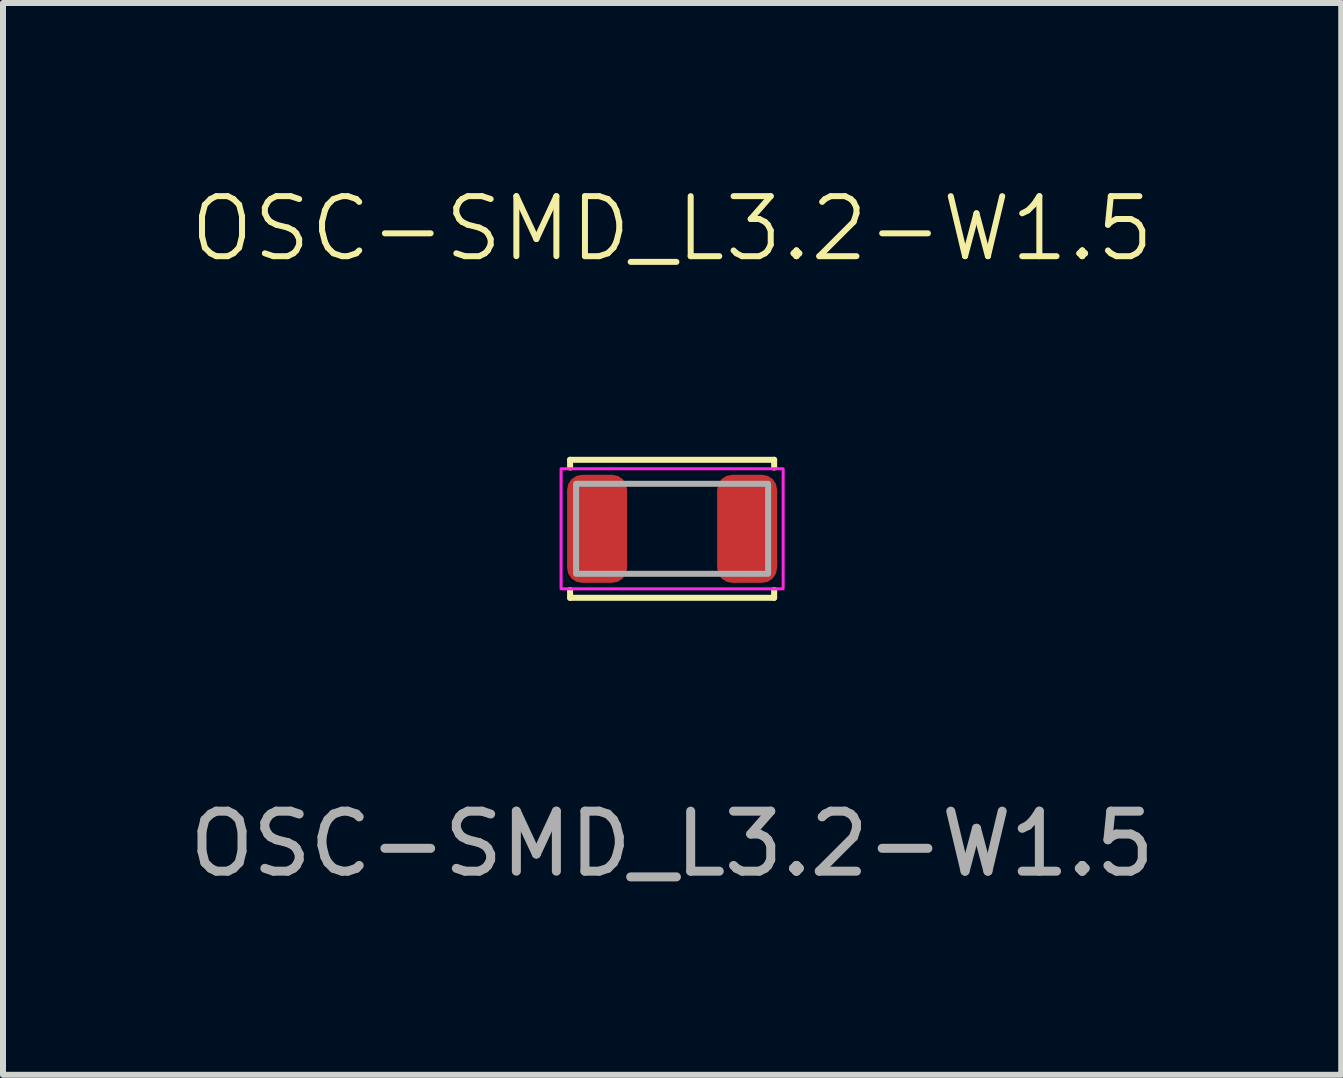
<source format=kicad_pcb>
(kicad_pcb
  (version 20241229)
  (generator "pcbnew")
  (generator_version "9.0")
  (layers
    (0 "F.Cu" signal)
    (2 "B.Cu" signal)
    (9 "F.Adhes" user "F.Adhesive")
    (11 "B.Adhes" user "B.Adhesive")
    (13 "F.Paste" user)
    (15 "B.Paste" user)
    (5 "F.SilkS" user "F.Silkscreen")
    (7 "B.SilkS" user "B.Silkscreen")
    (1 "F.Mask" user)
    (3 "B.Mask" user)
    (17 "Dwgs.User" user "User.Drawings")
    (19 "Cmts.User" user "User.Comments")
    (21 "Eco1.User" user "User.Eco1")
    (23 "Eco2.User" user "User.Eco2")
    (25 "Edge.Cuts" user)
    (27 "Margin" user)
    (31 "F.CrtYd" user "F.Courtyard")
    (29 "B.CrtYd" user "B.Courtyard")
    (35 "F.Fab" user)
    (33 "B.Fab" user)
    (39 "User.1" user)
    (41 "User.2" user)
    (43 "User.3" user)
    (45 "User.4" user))
  (footprint "OSC-SMD_L3.2-W1.5"
    (layer "F.Cu")
    (at 8.149 5.761)
    (property "Reference" "OSC-SMD_L3.2-W1.5" (at 0 -5 0) (unlocked yes) (layer "F.SilkS") (effects (font (size 1 1) (thickness 0.1))))
    (attr smd)
    (fp_line (start -1.7 -1.15) (end -1.7 -1.02) (stroke (width 0.1) (type default)) (layer "F.SilkS"))
    (fp_line (start -1.7 -1.15) (end 1.7 -1.15) (stroke (width 0.1) (type default)) (layer "F.SilkS"))
    (fp_line (start -1.7 1.15) (end -1.7 1.02) (stroke (width 0.1) (type default)) (layer "F.SilkS"))
    (fp_line (start -1.7 1.15) (end 1.7 1.15) (stroke (width 0.1) (type default)) (layer "F.SilkS"))
    (fp_line (start 1.7 -1.15) (end 1.7 -1.02) (stroke (width 0.1) (type default)) (layer "F.SilkS"))
    (fp_line (start 1.7 1.15) (end 1.7 1.02) (stroke (width 0.1) (type default)) (layer "F.SilkS"))
    (fp_rect (start -1.85 -1) (end 1.85 1) (stroke (width 0.05) (type default)) (fill no) (layer "F.CrtYd"))
    (fp_rect (start -1.6 -0.75) (end 1.6 0.75) (stroke (width 0.1) (type default)) (fill no) (layer "F.Fab"))
    (fp_text user "${REFERENCE}" (at 0 5.25 0) (unlocked yes) (layer "F.Fab") (effects (font (size 1 1) (thickness 0.15))))
    (pad "1" smd roundrect (at 1.25 0) (size 1 1.8) (layers "F.Cu" "F.Mask" "F.Paste") (roundrect_rratio 0.25))
    (pad "2" smd roundrect (at -1.25 0) (size 1 1.8) (layers "F.Cu" "F.Mask" "F.Paste") (roundrect_rratio 0.25)))
  (gr_rect
    (start -3 -3)
    (end 19.298 14.859)
    (stroke (width 0.1) (type default))
    (fill no)
    (layer "Edge.Cuts")))
</source>
